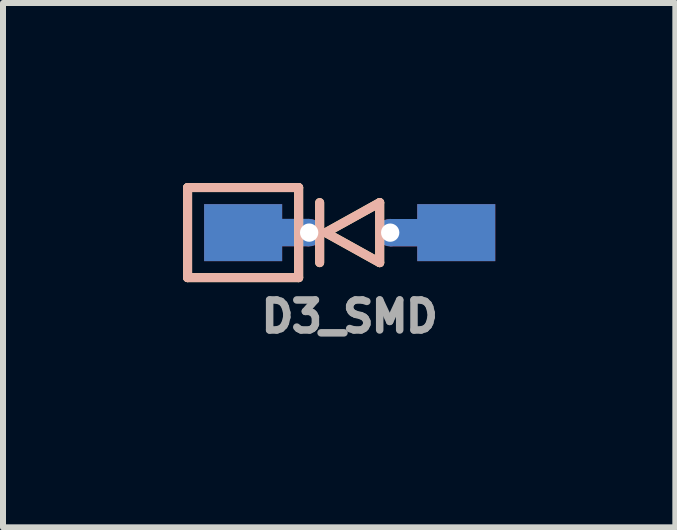
<source format=kicad_pcb>
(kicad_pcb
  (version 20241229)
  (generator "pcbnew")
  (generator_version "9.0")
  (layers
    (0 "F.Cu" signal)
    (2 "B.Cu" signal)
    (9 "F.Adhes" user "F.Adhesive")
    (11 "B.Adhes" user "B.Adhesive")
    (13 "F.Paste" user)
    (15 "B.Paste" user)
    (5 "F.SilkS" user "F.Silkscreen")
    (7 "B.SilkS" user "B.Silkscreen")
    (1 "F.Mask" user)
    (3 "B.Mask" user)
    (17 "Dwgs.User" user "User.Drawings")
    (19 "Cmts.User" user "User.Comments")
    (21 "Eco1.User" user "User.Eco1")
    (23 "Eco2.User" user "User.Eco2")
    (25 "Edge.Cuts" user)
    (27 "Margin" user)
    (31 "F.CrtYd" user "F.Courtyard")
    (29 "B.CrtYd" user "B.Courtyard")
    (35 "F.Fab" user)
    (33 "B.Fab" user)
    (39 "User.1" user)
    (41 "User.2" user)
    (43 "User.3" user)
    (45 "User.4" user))
  (footprint "D3_SMD"
    (layer "F.Cu")
    (at 2.775 0.825)
    (property "Reference" "D3_SMD" (at 0 1.397 180) (layer "F.Fab") (effects (font (size 0.5 0.5) (thickness 0.125))))
    (fp_poly (pts (xy -2.375 -0.425) (xy -1.175 -0.425) (xy -1.175 0.425) (xy -2.375 0.425)) (stroke (width 0.1) (type solid)) (fill yes) (layer "F.Mask"))
    (fp_poly (pts (xy 1.175 -0.425) (xy 2.375 -0.425) (xy 2.375 0.425) (xy 1.175 0.425)) (stroke (width 0.1) (type solid)) (fill yes) (layer "F.Mask"))
    (fp_poly (pts (xy -2.375 -0.425) (xy -1.175 -0.425) (xy -1.175 0.425) (xy -2.375 0.425)) (stroke (width 0.1) (type solid)) (fill yes) (layer "B.Mask"))
    (fp_poly (pts (xy 1.175 -0.425) (xy 2.375 -0.425) (xy 2.375 0.425) (xy 1.175 0.425)) (stroke (width 0.1) (type solid)) (fill yes) (layer "B.Mask"))
    (fp_line (start -2.7 -0.75) (end -2.7 0.75) (stroke (width 0.15) (type solid)) (layer "F.SilkS"))
    (fp_line (start -2.7 0.75) (end -0.85 0.75) (stroke (width 0.15) (type solid)) (layer "F.SilkS"))
    (fp_line (start -0.85 -0.75) (end -2.7 -0.75) (stroke (width 0.15) (type solid)) (layer "F.SilkS"))
    (fp_line (start -0.85 -0.75) (end -0.85 0.75) (stroke (width 0.15) (type solid)) (layer "F.SilkS"))
    (fp_line (start -0.5 -0.5) (end -0.5 0.5) (stroke (width 0.15) (type solid)) (layer "F.SilkS"))
    (fp_line (start -0.4 0) (end 0.5 -0.5) (stroke (width 0.15) (type solid)) (layer "F.SilkS"))
    (fp_line (start 0.5 -0.5) (end 0.5 0.5) (stroke (width 0.15) (type solid)) (layer "F.SilkS"))
    (fp_line (start 0.5 0.5) (end -0.4 0) (stroke (width 0.15) (type solid)) (layer "F.SilkS"))
    (fp_line (start -2.7 -0.75) (end -2.7 0.75) (stroke (width 0.15) (type solid)) (layer "B.SilkS"))
    (fp_line (start -2.7 0.75) (end -0.85 0.75) (stroke (width 0.15) (type solid)) (layer "B.SilkS"))
    (fp_line (start -0.85 -0.75) (end -2.7 -0.75) (stroke (width 0.15) (type solid)) (layer "B.SilkS"))
    (fp_line (start -0.85 -0.75) (end -0.85 0.75) (stroke (width 0.15) (type solid)) (layer "B.SilkS"))
    (fp_line (start -0.5 0.5) (end -0.5 -0.5) (stroke (width 0.15) (type solid)) (layer "B.SilkS"))
    (fp_line (start -0.4 0) (end 0.5 0.5) (stroke (width 0.15) (type solid)) (layer "B.SilkS"))
    (fp_line (start 0.5 -0.5) (end -0.4 0) (stroke (width 0.15) (type solid)) (layer "B.SilkS"))
    (fp_line (start 0.5 0.5) (end 0.5 -0.5) (stroke (width 0.15) (type solid)) (layer "B.SilkS"))
    (pad "1" smd custom (at -1.775 0) (size 1.3 0.95) (layers "F.Cu") (options (anchor rect)) (primitives (gr_poly (pts (xy 1.094 0.177) (xy 0.521 0.177) (xy 0.521 -0.178) (xy 1.094 -0.178)) (width 0.1) (fill yes))))
    (pad "1" smd custom (at -1.775 0) (size 1.3 0.95) (layers "B.Cu") (options (anchor rect)) (primitives (gr_poly (pts (xy 1.094 0.177) (xy 0.521 0.177) (xy 0.521 -0.179) (xy 1.094 -0.179)) (width 0.1) (fill yes))))
    (pad "1" thru_hole circle (at -0.675 0 270) (size 0.457 0.457) (drill 0.305) (layers "*.Cu"))
    (pad "2" thru_hole circle (at 0.675 0.0004 90) (size 0.457 0.457) (drill 0.305) (layers "*.Cu"))
    (pad "2" smd custom (at 1.775 0) (size 1.3 0.95) (layers "F.Cu") (options (anchor rect)) (primitives (gr_poly (pts (xy -0.521 0.179) (xy -1.094 0.179) (xy -1.094 -0.177) (xy -0.521 -0.177)) (width 0.1) (fill yes))))
    (pad "2" smd custom (at 1.775 0) (size 1.3 0.95) (layers "B.Cu") (options (anchor rect)) (primitives (gr_poly (pts (xy -0.521 0.179) (xy -1.094 0.179) (xy -1.094 -0.177) (xy -0.521 -0.177)) (width 0.1) (fill yes)))))
  (gr_rect
    (start -3 -3)
    (end 8.2 5.734)
    (stroke (width 0.1) (type default))
    (fill no)
    (layer "Edge.Cuts")))
</source>
